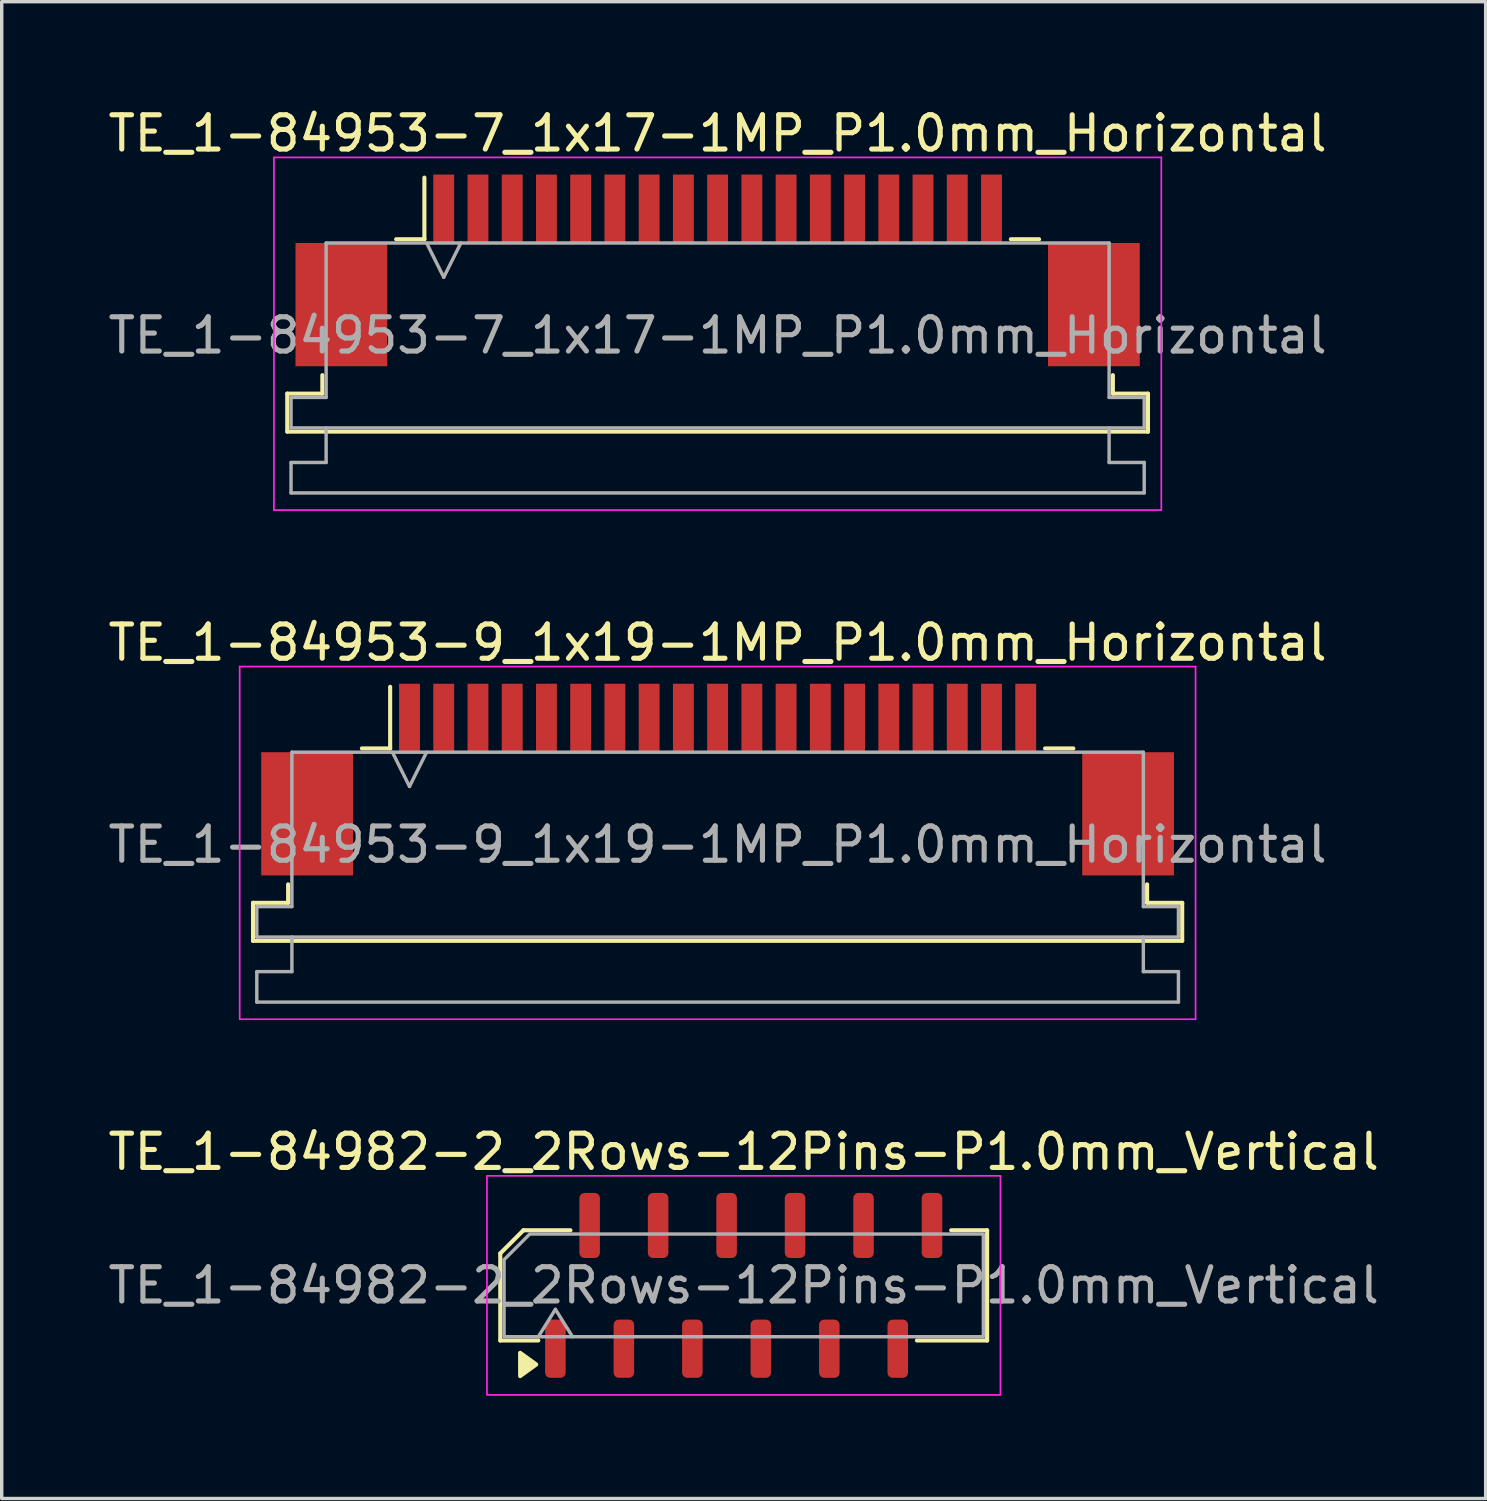
<source format=kicad_pcb>
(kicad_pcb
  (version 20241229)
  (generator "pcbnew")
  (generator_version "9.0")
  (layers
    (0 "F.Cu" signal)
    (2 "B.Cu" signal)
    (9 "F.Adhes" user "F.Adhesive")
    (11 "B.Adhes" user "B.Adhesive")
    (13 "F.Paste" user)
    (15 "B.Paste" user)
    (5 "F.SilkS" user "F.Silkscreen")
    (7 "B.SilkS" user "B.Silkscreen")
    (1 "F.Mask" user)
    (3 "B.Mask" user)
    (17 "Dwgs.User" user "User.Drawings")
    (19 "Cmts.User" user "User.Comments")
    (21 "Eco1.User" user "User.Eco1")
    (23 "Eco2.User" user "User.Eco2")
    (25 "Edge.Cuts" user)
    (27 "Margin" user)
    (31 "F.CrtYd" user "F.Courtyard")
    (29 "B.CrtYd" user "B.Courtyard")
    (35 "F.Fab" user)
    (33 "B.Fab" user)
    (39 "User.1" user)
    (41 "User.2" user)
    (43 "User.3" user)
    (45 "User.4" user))
  (footprint "TE_1-84953-7_1x17-1MP_P1.0mm_Horizontal"
    (layer "F.Cu")
    (at 17.911 4.848)
    (property "Reference" "TE_1-84953-7_1x17-1MP_P1.0mm_Horizontal" (at 0 -4 0) (layer "F.SilkS") (effects (font (size 1 1) (thickness 0.15))))
    (attr smd)
    (fp_line (start -12.57 3.6) (end -11.545 3.6) (stroke (width 0.12) (type solid)) (layer "F.SilkS"))
    (fp_line (start -12.57 4.71) (end -12.57 3.6) (stroke (width 0.12) (type solid)) (layer "F.SilkS"))
    (fp_line (start -11.545 3.6) (end -11.545 3.06) (stroke (width 0.12) (type solid)) (layer "F.SilkS"))
    (fp_line (start -9.39 -0.91) (end -8.565 -0.91) (stroke (width 0.12) (type solid)) (layer "F.SilkS"))
    (fp_line (start -8.565 -0.91) (end -8.565 -2.71) (stroke (width 0.12) (type solid)) (layer "F.SilkS"))
    (fp_line (start 8.565 -0.91) (end 9.39 -0.91) (stroke (width 0.12) (type solid)) (layer "F.SilkS"))
    (fp_line (start 11.545 3.06) (end 11.545 3.6) (stroke (width 0.12) (type solid)) (layer "F.SilkS"))
    (fp_line (start 11.545 3.6) (end 12.57 3.6) (stroke (width 0.12) (type solid)) (layer "F.SilkS"))
    (fp_line (start 12.57 3.6) (end 12.57 4.71) (stroke (width 0.12) (type solid)) (layer "F.SilkS"))
    (fp_line (start 12.57 4.71) (end -12.57 4.71) (stroke (width 0.12) (type solid)) (layer "F.SilkS"))
    (fp_line (start -12.96 -3.3) (end -12.96 7) (stroke (width 0.05) (type solid)) (layer "F.CrtYd"))
    (fp_line (start -12.96 7) (end 12.96 7) (stroke (width 0.05) (type solid)) (layer "F.CrtYd"))
    (fp_line (start 12.96 -3.3) (end -12.96 -3.3) (stroke (width 0.05) (type solid)) (layer "F.CrtYd"))
    (fp_line (start 12.96 7) (end 12.96 -3.3) (stroke (width 0.05) (type solid)) (layer "F.CrtYd"))
    (fp_line (start -12.46 3.71) (end -11.435 3.71) (stroke (width 0.1) (type solid)) (layer "F.Fab"))
    (fp_line (start -12.46 4.6) (end -12.46 3.71) (stroke (width 0.1) (type solid)) (layer "F.Fab"))
    (fp_line (start -12.46 5.61) (end -11.435 5.61) (stroke (width 0.1) (type solid)) (layer "F.Fab"))
    (fp_line (start -12.46 6.5) (end -12.46 5.61) (stroke (width 0.1) (type solid)) (layer "F.Fab"))
    (fp_line (start -11.435 -0.8) (end 11.435 -0.8) (stroke (width 0.1) (type solid)) (layer "F.Fab"))
    (fp_line (start -11.435 3.71) (end -11.435 -0.8) (stroke (width 0.1) (type solid)) (layer "F.Fab"))
    (fp_line (start -11.435 5.61) (end -11.435 4.6) (stroke (width 0.1) (type solid)) (layer "F.Fab"))
    (fp_line (start -8.5 -0.8) (end -8 0.2) (stroke (width 0.1) (type solid)) (layer "F.Fab"))
    (fp_line (start -8 0.2) (end -7.5 -0.8) (stroke (width 0.1) (type solid)) (layer "F.Fab"))
    (fp_line (start 11.435 -0.8) (end 11.435 3.71) (stroke (width 0.1) (type solid)) (layer "F.Fab"))
    (fp_line (start 11.435 3.71) (end 12.46 3.71) (stroke (width 0.1) (type solid)) (layer "F.Fab"))
    (fp_line (start 11.435 4.6) (end 11.435 5.61) (stroke (width 0.1) (type solid)) (layer "F.Fab"))
    (fp_line (start 11.435 5.61) (end 12.46 5.61) (stroke (width 0.1) (type solid)) (layer "F.Fab"))
    (fp_line (start 12.46 3.71) (end 12.46 4.6) (stroke (width 0.1) (type solid)) (layer "F.Fab"))
    (fp_line (start 12.46 4.6) (end -12.46 4.6) (stroke (width 0.1) (type solid)) (layer "F.Fab"))
    (fp_line (start 12.46 5.61) (end 12.46 6.5) (stroke (width 0.1) (type solid)) (layer "F.Fab"))
    (fp_line (start 12.46 6.5) (end -12.46 6.5) (stroke (width 0.1) (type solid)) (layer "F.Fab"))
    (fp_text user "${REFERENCE}" (at 0 1.9 0) (layer "F.Fab") (effects (font (size 1 1) (thickness 0.15))))
    (pad "1" smd rect (at -8 -1.8) (size 0.61 2) (layers "F.Cu" "F.Mask" "F.Paste"))
    (pad "2" smd rect (at -7 -1.8) (size 0.61 2) (layers "F.Cu" "F.Mask" "F.Paste"))
    (pad "3" smd rect (at -6 -1.8) (size 0.61 2) (layers "F.Cu" "F.Mask" "F.Paste"))
    (pad "4" smd rect (at -5 -1.8) (size 0.61 2) (layers "F.Cu" "F.Mask" "F.Paste"))
    (pad "5" smd rect (at -4 -1.8) (size 0.61 2) (layers "F.Cu" "F.Mask" "F.Paste"))
    (pad "6" smd rect (at -3 -1.8) (size 0.61 2) (layers "F.Cu" "F.Mask" "F.Paste"))
    (pad "7" smd rect (at -2 -1.8) (size 0.61 2) (layers "F.Cu" "F.Mask" "F.Paste"))
    (pad "8" smd rect (at -1 -1.8) (size 0.61 2) (layers "F.Cu" "F.Mask" "F.Paste"))
    (pad "9" smd rect (at 0 -1.8) (size 0.61 2) (layers "F.Cu" "F.Mask" "F.Paste"))
    (pad "10" smd rect (at 1 -1.8) (size 0.61 2) (layers "F.Cu" "F.Mask" "F.Paste"))
    (pad "11" smd rect (at 2 -1.8) (size 0.61 2) (layers "F.Cu" "F.Mask" "F.Paste"))
    (pad "12" smd rect (at 3 -1.8) (size 0.61 2) (layers "F.Cu" "F.Mask" "F.Paste"))
    (pad "13" smd rect (at 4 -1.8) (size 0.61 2) (layers "F.Cu" "F.Mask" "F.Paste"))
    (pad "14" smd rect (at 5 -1.8) (size 0.61 2) (layers "F.Cu" "F.Mask" "F.Paste"))
    (pad "15" smd rect (at 6 -1.8) (size 0.61 2) (layers "F.Cu" "F.Mask" "F.Paste"))
    (pad "16" smd rect (at 7 -1.8) (size 0.61 2) (layers "F.Cu" "F.Mask" "F.Paste"))
    (pad "17" smd rect (at 8 -1.8) (size 0.61 2) (layers "F.Cu" "F.Mask" "F.Paste"))
    (pad "MP" smd rect (at -10.99 1) (size 2.68 3.6) (layers "F.Cu" "F.Mask" "F.Paste"))
    (pad "MP" smd rect (at 10.99 1) (size 2.68 3.6) (layers "F.Cu" "F.Mask" "F.Paste")))
  (footprint "TE_1-84953-9_1x19-1MP_P1.0mm_Horizontal"
    (layer "F.Cu")
    (at 17.911 19.721)
    (property "Reference" "TE_1-84953-9_1x19-1MP_P1.0mm_Horizontal" (at 0 -4 0) (layer "F.SilkS") (effects (font (size 1 1) (thickness 0.15))))
    (attr smd)
    (fp_line (start -13.57 3.6) (end -12.545 3.6) (stroke (width 0.12) (type solid)) (layer "F.SilkS"))
    (fp_line (start -13.57 4.71) (end -13.57 3.6) (stroke (width 0.12) (type solid)) (layer "F.SilkS"))
    (fp_line (start -12.545 3.6) (end -12.545 3.06) (stroke (width 0.12) (type solid)) (layer "F.SilkS"))
    (fp_line (start -10.39 -0.91) (end -9.565 -0.91) (stroke (width 0.12) (type solid)) (layer "F.SilkS"))
    (fp_line (start -9.565 -0.91) (end -9.565 -2.71) (stroke (width 0.12) (type solid)) (layer "F.SilkS"))
    (fp_line (start 9.565 -0.91) (end 10.39 -0.91) (stroke (width 0.12) (type solid)) (layer "F.SilkS"))
    (fp_line (start 12.545 3.06) (end 12.545 3.6) (stroke (width 0.12) (type solid)) (layer "F.SilkS"))
    (fp_line (start 12.545 3.6) (end 13.57 3.6) (stroke (width 0.12) (type solid)) (layer "F.SilkS"))
    (fp_line (start 13.57 3.6) (end 13.57 4.71) (stroke (width 0.12) (type solid)) (layer "F.SilkS"))
    (fp_line (start 13.57 4.71) (end -13.57 4.71) (stroke (width 0.12) (type solid)) (layer "F.SilkS"))
    (fp_line (start -13.96 -3.3) (end -13.96 7) (stroke (width 0.05) (type solid)) (layer "F.CrtYd"))
    (fp_line (start -13.96 7) (end 13.96 7) (stroke (width 0.05) (type solid)) (layer "F.CrtYd"))
    (fp_line (start 13.96 -3.3) (end -13.96 -3.3) (stroke (width 0.05) (type solid)) (layer "F.CrtYd"))
    (fp_line (start 13.96 7) (end 13.96 -3.3) (stroke (width 0.05) (type solid)) (layer "F.CrtYd"))
    (fp_line (start -13.46 3.71) (end -12.435 3.71) (stroke (width 0.1) (type solid)) (layer "F.Fab"))
    (fp_line (start -13.46 4.6) (end -13.46 3.71) (stroke (width 0.1) (type solid)) (layer "F.Fab"))
    (fp_line (start -13.46 5.61) (end -12.435 5.61) (stroke (width 0.1) (type solid)) (layer "F.Fab"))
    (fp_line (start -13.46 6.5) (end -13.46 5.61) (stroke (width 0.1) (type solid)) (layer "F.Fab"))
    (fp_line (start -12.435 -0.8) (end 12.435 -0.8) (stroke (width 0.1) (type solid)) (layer "F.Fab"))
    (fp_line (start -12.435 3.71) (end -12.435 -0.8) (stroke (width 0.1) (type solid)) (layer "F.Fab"))
    (fp_line (start -12.435 5.61) (end -12.435 4.6) (stroke (width 0.1) (type solid)) (layer "F.Fab"))
    (fp_line (start -9.5 -0.8) (end -9 0.2) (stroke (width 0.1) (type solid)) (layer "F.Fab"))
    (fp_line (start -9 0.2) (end -8.5 -0.8) (stroke (width 0.1) (type solid)) (layer "F.Fab"))
    (fp_line (start 12.435 -0.8) (end 12.435 3.71) (stroke (width 0.1) (type solid)) (layer "F.Fab"))
    (fp_line (start 12.435 3.71) (end 13.46 3.71) (stroke (width 0.1) (type solid)) (layer "F.Fab"))
    (fp_line (start 12.435 4.6) (end 12.435 5.61) (stroke (width 0.1) (type solid)) (layer "F.Fab"))
    (fp_line (start 12.435 5.61) (end 13.46 5.61) (stroke (width 0.1) (type solid)) (layer "F.Fab"))
    (fp_line (start 13.46 3.71) (end 13.46 4.6) (stroke (width 0.1) (type solid)) (layer "F.Fab"))
    (fp_line (start 13.46 4.6) (end -13.46 4.6) (stroke (width 0.1) (type solid)) (layer "F.Fab"))
    (fp_line (start 13.46 5.61) (end 13.46 6.5) (stroke (width 0.1) (type solid)) (layer "F.Fab"))
    (fp_line (start 13.46 6.5) (end -13.46 6.5) (stroke (width 0.1) (type solid)) (layer "F.Fab"))
    (fp_text user "${REFERENCE}" (at 0 1.9 0) (layer "F.Fab") (effects (font (size 1 1) (thickness 0.15))))
    (pad "1" smd rect (at -9 -1.8) (size 0.61 2) (layers "F.Cu" "F.Mask" "F.Paste"))
    (pad "2" smd rect (at -8 -1.8) (size 0.61 2) (layers "F.Cu" "F.Mask" "F.Paste"))
    (pad "3" smd rect (at -7 -1.8) (size 0.61 2) (layers "F.Cu" "F.Mask" "F.Paste"))
    (pad "4" smd rect (at -6 -1.8) (size 0.61 2) (layers "F.Cu" "F.Mask" "F.Paste"))
    (pad "5" smd rect (at -5 -1.8) (size 0.61 2) (layers "F.Cu" "F.Mask" "F.Paste"))
    (pad "6" smd rect (at -4 -1.8) (size 0.61 2) (layers "F.Cu" "F.Mask" "F.Paste"))
    (pad "7" smd rect (at -3 -1.8) (size 0.61 2) (layers "F.Cu" "F.Mask" "F.Paste"))
    (pad "8" smd rect (at -2 -1.8) (size 0.61 2) (layers "F.Cu" "F.Mask" "F.Paste"))
    (pad "9" smd rect (at -1 -1.8) (size 0.61 2) (layers "F.Cu" "F.Mask" "F.Paste"))
    (pad "10" smd rect (at 0 -1.8) (size 0.61 2) (layers "F.Cu" "F.Mask" "F.Paste"))
    (pad "11" smd rect (at 1 -1.8) (size 0.61 2) (layers "F.Cu" "F.Mask" "F.Paste"))
    (pad "12" smd rect (at 2 -1.8) (size 0.61 2) (layers "F.Cu" "F.Mask" "F.Paste"))
    (pad "13" smd rect (at 3 -1.8) (size 0.61 2) (layers "F.Cu" "F.Mask" "F.Paste"))
    (pad "14" smd rect (at 4 -1.8) (size 0.61 2) (layers "F.Cu" "F.Mask" "F.Paste"))
    (pad "15" smd rect (at 5 -1.8) (size 0.61 2) (layers "F.Cu" "F.Mask" "F.Paste"))
    (pad "16" smd rect (at 6 -1.8) (size 0.61 2) (layers "F.Cu" "F.Mask" "F.Paste"))
    (pad "17" smd rect (at 7 -1.8) (size 0.61 2) (layers "F.Cu" "F.Mask" "F.Paste"))
    (pad "18" smd rect (at 8 -1.8) (size 0.61 2) (layers "F.Cu" "F.Mask" "F.Paste"))
    (pad "19" smd rect (at 9 -1.8) (size 0.61 2) (layers "F.Cu" "F.Mask" "F.Paste"))
    (pad "MP" smd rect (at -11.99 1) (size 2.68 3.6) (layers "F.Cu" "F.Mask" "F.Paste"))
    (pad "MP" smd rect (at 11.99 1) (size 2.68 3.6) (layers "F.Cu" "F.Mask" "F.Paste")))
  (footprint "TE_1-84982-2_2Rows-12Pins-P1.0mm_Vertical"
    (layer "F.Cu")
    (at 18.673 34.495)
    (property "Reference" "TE_1-84982-2_2Rows-12Pins-P1.0mm_Vertical" (at 0 -3.9 0) (layer "F.SilkS") (effects (font (size 1 1) (thickness 0.15))))
    (attr smd)
    (fp_line (start -7.11 -0.934) (end -7.11 1.61) (stroke (width 0.12) (type solid)) (layer "F.SilkS"))
    (fp_line (start -7.11 1.61) (end -6 1.61) (stroke (width 0.12) (type solid)) (layer "F.SilkS"))
    (fp_line (start -6.434 -1.61) (end -7.11 -0.934) (stroke (width 0.12) (type solid)) (layer "F.SilkS"))
    (fp_line (start -5.06 -1.61) (end -6.434 -1.61) (stroke (width 0.12) (type solid)) (layer "F.SilkS"))
    (fp_line (start 5.06 1.61) (end 7.11 1.61) (stroke (width 0.12) (type solid)) (layer "F.SilkS"))
    (fp_line (start 7.11 -1.61) (end 6.06 -1.61) (stroke (width 0.12) (type solid)) (layer "F.SilkS"))
    (fp_line (start 7.11 1.61) (end 7.11 -1.61) (stroke (width 0.12) (type solid)) (layer "F.SilkS"))
    (fp_poly (pts (xy -6.06 2.31) (xy -6.53 2.65) (xy -6.53 1.97)) (stroke (width 0.12) (type solid)) (fill yes) (layer "F.SilkS"))
    (fp_rect (start -7.5 -3.2) (end 7.5 3.2) (stroke (width 0.05) (type solid)) (fill no) (layer "F.CrtYd"))
    (fp_line (start -6 1.5) (end -5.5 0.7) (stroke (width 0.1) (type solid)) (layer "F.Fab"))
    (fp_line (start -5.5 0.7) (end -5 1.5) (stroke (width 0.1) (type solid)) (layer "F.Fab"))
    (fp_poly (pts (xy -7 -0.75) (xy -7 1.5) (xy 7 1.5) (xy 7 -1.5) (xy -6.25 -1.5)) (stroke (width 0.1) (type solid)) (fill no) (layer "F.Fab"))
    (fp_text user "${REFERENCE}" (at 0 0 0) (layer "F.Fab") (effects (font (size 1 1) (thickness 0.15))))
    (pad "1" smd roundrect (at -5.5 1.85) (size 0.6 1.7) (layers "F.Cu" "F.Mask" "F.Paste") (roundrect_rratio 0.25))
    (pad "2" smd roundrect (at -4.5 -1.75) (size 0.6 1.9) (layers "F.Cu" "F.Mask" "F.Paste") (roundrect_rratio 0.25))
    (pad "3" smd roundrect (at -3.5 1.85) (size 0.6 1.7) (layers "F.Cu" "F.Mask" "F.Paste") (roundrect_rratio 0.25))
    (pad "4" smd roundrect (at -2.5 -1.75) (size 0.6 1.9) (layers "F.Cu" "F.Mask" "F.Paste") (roundrect_rratio 0.25))
    (pad "5" smd roundrect (at -1.5 1.85) (size 0.6 1.7) (layers "F.Cu" "F.Mask" "F.Paste") (roundrect_rratio 0.25))
    (pad "6" smd roundrect (at -0.5 -1.75) (size 0.6 1.9) (layers "F.Cu" "F.Mask" "F.Paste") (roundrect_rratio 0.25))
    (pad "7" smd roundrect (at 0.5 1.85) (size 0.6 1.7) (layers "F.Cu" "F.Mask" "F.Paste") (roundrect_rratio 0.25))
    (pad "8" smd roundrect (at 1.5 -1.75) (size 0.6 1.9) (layers "F.Cu" "F.Mask" "F.Paste") (roundrect_rratio 0.25))
    (pad "9" smd roundrect (at 2.5 1.85) (size 0.6 1.7) (layers "F.Cu" "F.Mask" "F.Paste") (roundrect_rratio 0.25))
    (pad "10" smd roundrect (at 3.5 -1.75) (size 0.6 1.9) (layers "F.Cu" "F.Mask" "F.Paste") (roundrect_rratio 0.25))
    (pad "11" smd roundrect (at 4.5 1.85) (size 0.6 1.7) (layers "F.Cu" "F.Mask" "F.Paste") (roundrect_rratio 0.25))
    (pad "12" smd roundrect (at 5.5 -1.75) (size 0.6 1.9) (layers "F.Cu" "F.Mask" "F.Paste") (roundrect_rratio 0.25)))
  (gr_rect
    (start -3 -3)
    (end 40.345 40.72)
    (stroke (width 0.1) (type default))
    (fill no)
    (layer "Edge.Cuts")))
</source>
